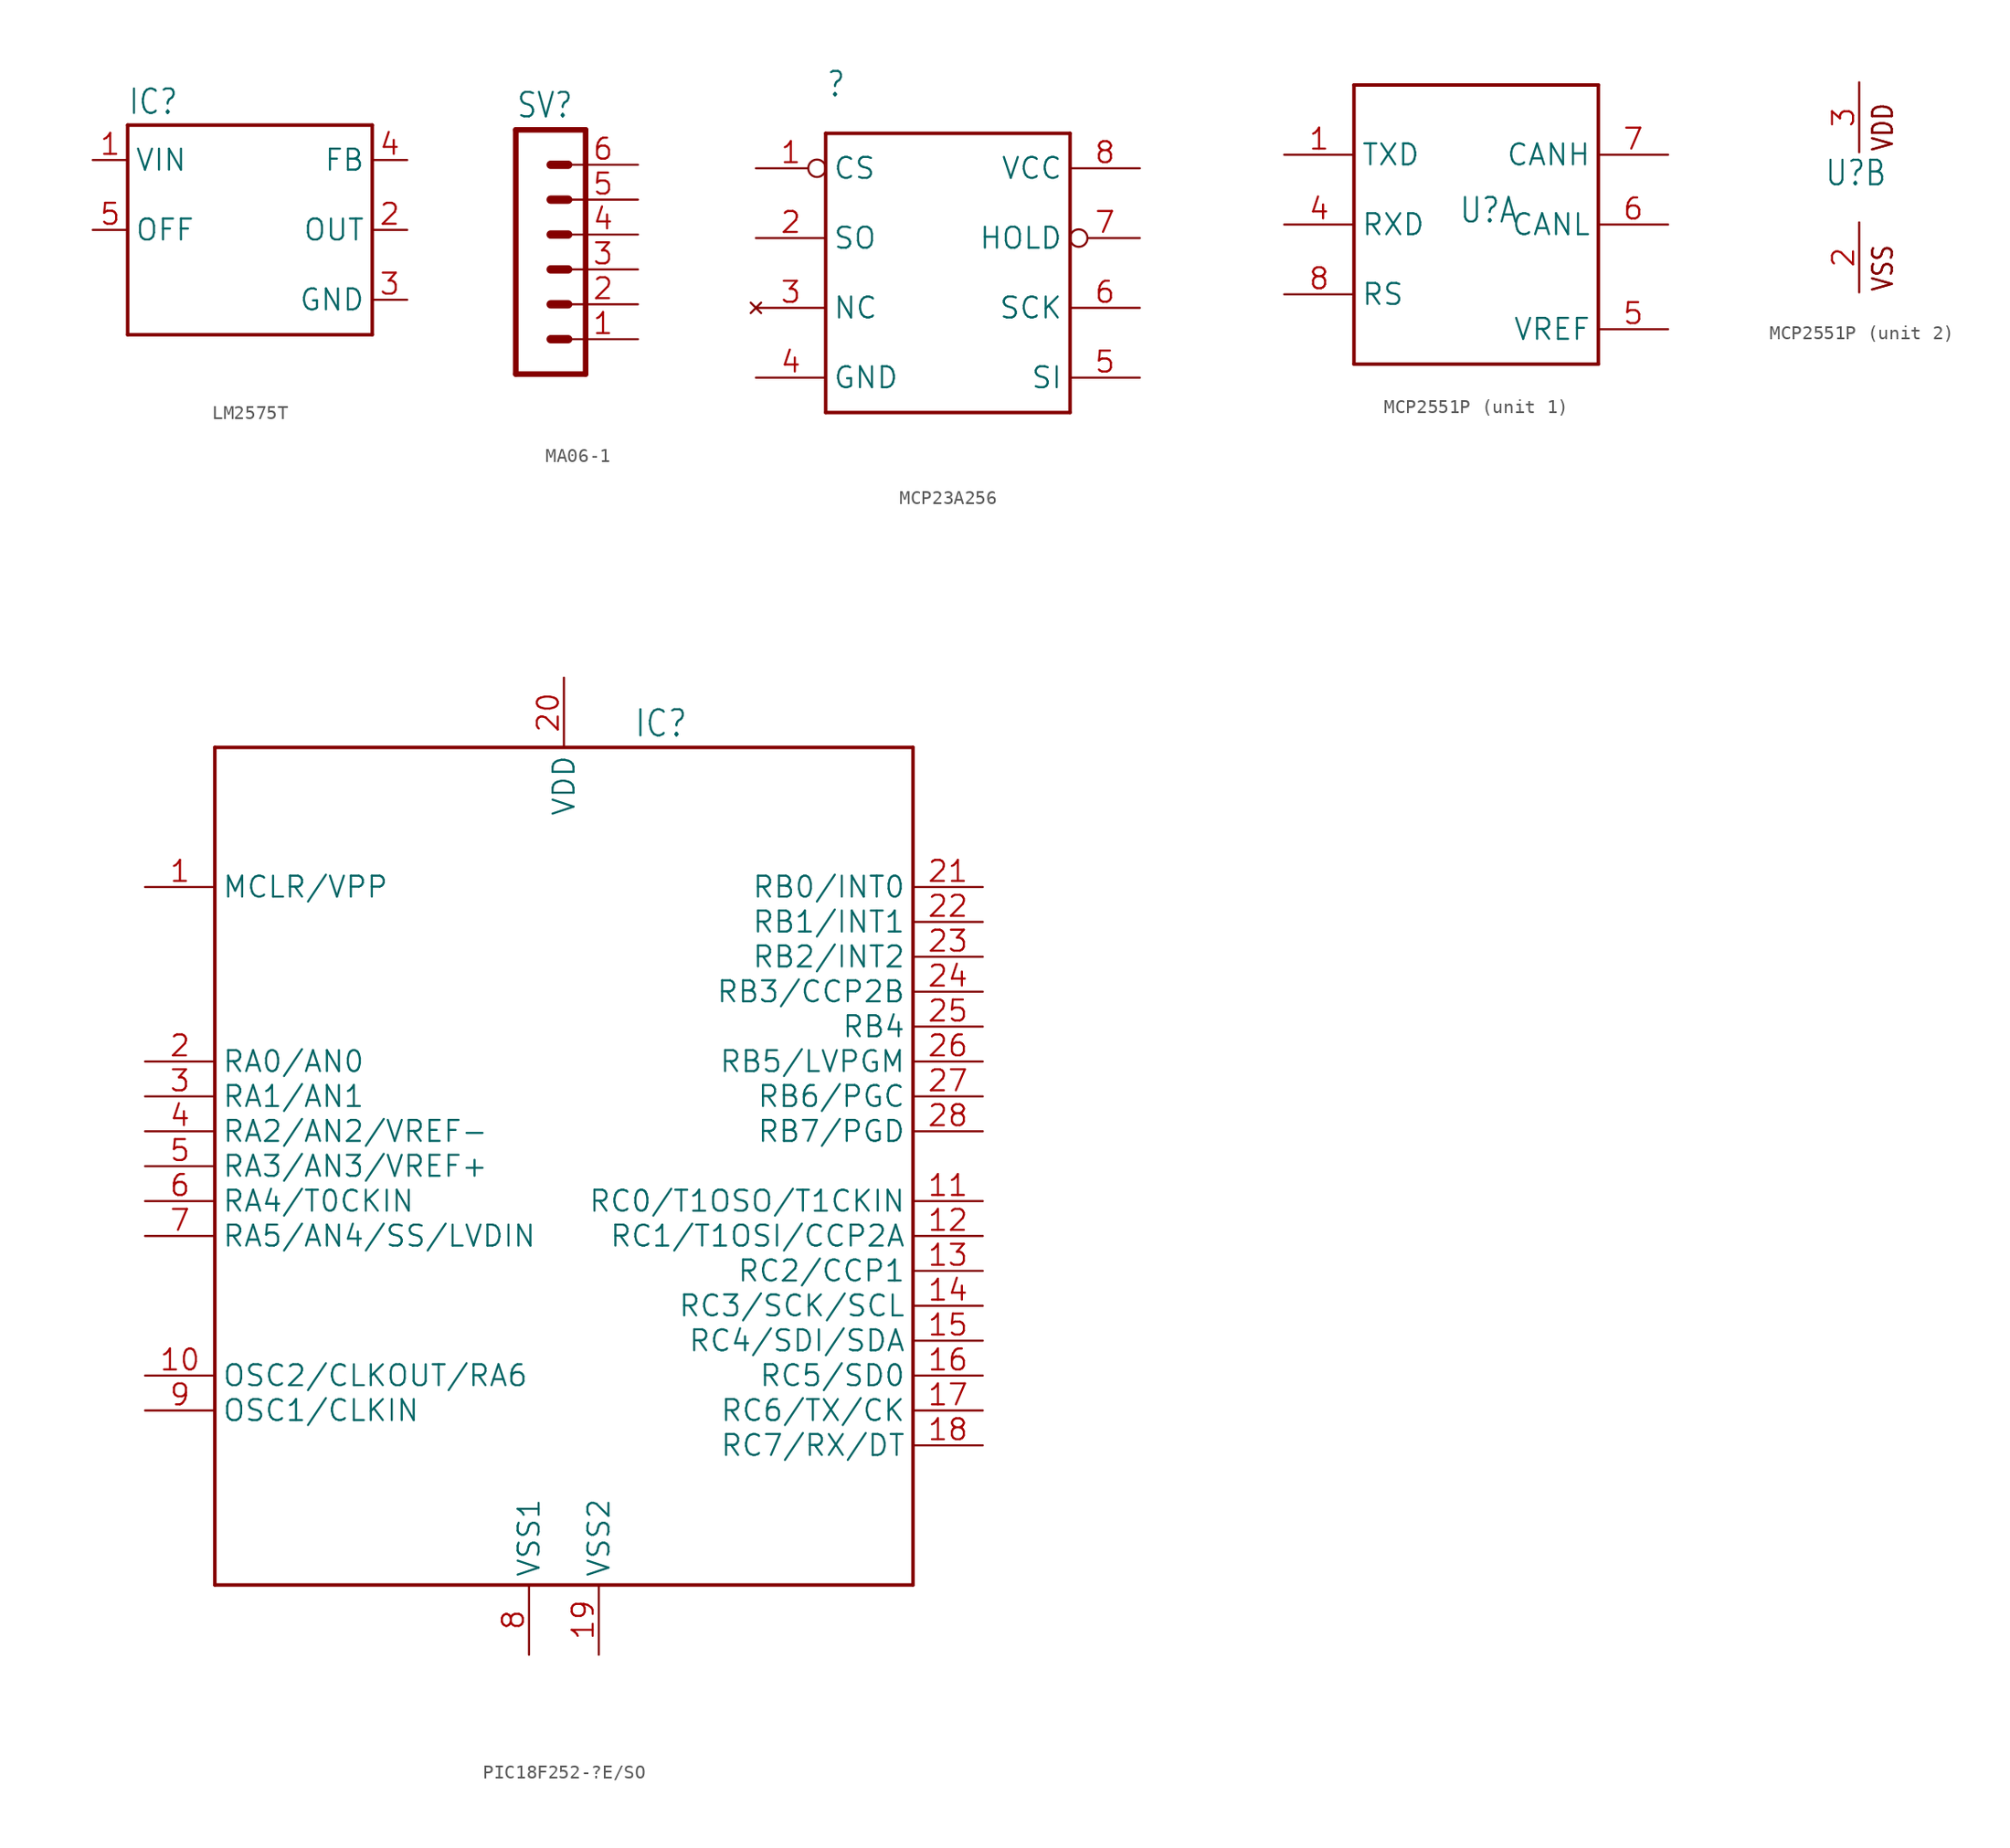
<source format=kicad_sym>
(kicad_symbol_lib
  (version 20241209)
  (generator "kicad_symbol_editor")
  (generator_version "9.0")
  (symbol "LM2575T"
    (property "Reference" "IC"
      (at -7.62 8.28 0)
      (effects (font (size 1.778 1.511)) (justify left bottom)))
    (property "Value" ""
      (at -7.62 -10.16 0)
      (effects (font (size 1.778 1.511)) (justify left bottom)))
    (property "ki_locked" ""
      (at 0 0 0)
      (effects (font (size 1.27 1.27))))
    (symbol "LM2575T_1_0"
      (polyline (pts (xy -7.62 7.62) (xy -7.62 -7.62)) (stroke (width 0.254) (type solid)) (fill (type none)))
      (polyline (pts (xy -7.62 -7.62) (xy 10.16 -7.62)) (stroke (width 0.254) (type solid)) (fill (type none)))
      (polyline (pts (xy 10.16 7.62) (xy -7.62 7.62)) (stroke (width 0.254) (type solid)) (fill (type none)))
      (polyline (pts (xy 10.16 -7.62) (xy 10.16 7.62)) (stroke (width 0.254) (type solid)) (fill (type none)))
      (pin power_in line (at -10.16 5.08 0) (length 2.54) (name "VIN" (effects (font (size 1.524 1.524)))) (number "1" (effects (font (size 1.524 1.524)))))
      (pin input line (at -10.16 0 0) (length 2.54) (name "OFF" (effects (font (size 1.524 1.524)))) (number "5" (effects (font (size 1.524 1.524)))))
      (pin input line (at 12.7 5.08 180) (length 2.54) (name "FB" (effects (font (size 1.524 1.524)))) (number "4" (effects (font (size 1.524 1.524)))))
      (pin output line (at 12.7 0 180) (length 2.54) (name "OUT" (effects (font (size 1.524 1.524)))) (number "2" (effects (font (size 1.524 1.524)))))
      (pin power_in line (at 12.7 -5.08 180) (length 2.54) (name "GND" (effects (font (size 1.524 1.524)))) (number "3" (effects (font (size 1.524 1.524)))))))
  (symbol "MA06-1"
    (property "Reference" "SV"
      (at -1.27 8.382 0)
      (effects (font (size 1.778 1.511)) (justify left bottom)))
    (property "Value" ""
      (at -1.27 -12.7 0)
      (effects (font (size 1.778 1.511)) (justify left bottom)))
    (property "ki_locked" ""
      (at 0 0 0)
      (effects (font (size 1.27 1.27))))
    (symbol "MA06-1_1_0"
      (polyline (pts (xy -1.27 7.62) (xy -1.27 -10.16)) (stroke (width 0.406) (type solid)) (fill (type none)))
      (polyline (pts (xy -1.27 7.62) (xy 3.81 7.62)) (stroke (width 0.406) (type solid)) (fill (type none)))
      (polyline (pts (xy 1.27 5.08) (xy 2.54 5.08)) (stroke (width 0.61) (type solid)) (fill (type none)))
      (polyline (pts (xy 1.27 2.54) (xy 2.54 2.54)) (stroke (width 0.61) (type solid)) (fill (type none)))
      (polyline (pts (xy 1.27 0) (xy 2.54 0)) (stroke (width 0.61) (type solid)) (fill (type none)))
      (polyline (pts (xy 1.27 -2.54) (xy 2.54 -2.54)) (stroke (width 0.61) (type solid)) (fill (type none)))
      (polyline (pts (xy 1.27 -5.08) (xy 2.54 -5.08)) (stroke (width 0.61) (type solid)) (fill (type none)))
      (polyline (pts (xy 1.27 -7.62) (xy 2.54 -7.62)) (stroke (width 0.61) (type solid)) (fill (type none)))
      (polyline (pts (xy 3.81 -10.16) (xy -1.27 -10.16)) (stroke (width 0.406) (type solid)) (fill (type none)))
      (polyline (pts (xy 3.81 -10.16) (xy 3.81 7.62)) (stroke (width 0.406) (type solid)) (fill (type none)))
      (pin passive line (at 7.62 5.08 180) (length 5.08) (name "6" (effects (font (size 0 0)))) (number "6" (effects (font (size 1.524 1.524)))))
      (pin passive line (at 7.62 2.54 180) (length 5.08) (name "5" (effects (font (size 0 0)))) (number "5" (effects (font (size 1.524 1.524)))))
      (pin passive line (at 7.62 0 180) (length 5.08) (name "4" (effects (font (size 0 0)))) (number "4" (effects (font (size 1.524 1.524)))))
      (pin passive line (at 7.62 -2.54 180) (length 5.08) (name "3" (effects (font (size 0 0)))) (number "3" (effects (font (size 1.524 1.524)))))
      (pin passive line (at 7.62 -5.08 180) (length 5.08) (name "2" (effects (font (size 0 0)))) (number "2" (effects (font (size 1.524 1.524)))))
      (pin passive line (at 7.62 -7.62 180) (length 5.08) (name "1" (effects (font (size 0 0)))) (number "1" (effects (font (size 1.524 1.524)))))))
  (symbol "MCP23A256"
    (property "Reference" ""
      (at -7.62 10.16 0)
      (effects (font (size 1.778 1.511)) (justify left bottom)))
    (property "Value" ""
      (at -7.62 -15.24 0)
      (effects (font (size 1.778 1.511)) (justify left bottom)))
    (property "ki_locked" ""
      (at 0 0 0)
      (effects (font (size 1.27 1.27))))
    (symbol "MCP23A256_1_0"
      (polyline (pts (xy -7.62 7.62) (xy -7.62 -12.7)) (stroke (width 0.254) (type solid)) (fill (type none)))
      (polyline (pts (xy -7.62 -12.7) (xy 10.16 -12.7)) (stroke (width 0.254) (type solid)) (fill (type none)))
      (polyline (pts (xy 10.16 7.62) (xy -7.62 7.62)) (stroke (width 0.254) (type solid)) (fill (type none)))
      (polyline (pts (xy 10.16 -12.7) (xy 10.16 7.62)) (stroke (width 0.254) (type solid)) (fill (type none)))
      (pin input inverted (at -12.7 5.08 0) (length 5.08) (name "CS" (effects (font (size 1.524 1.524)))) (number "1" (effects (font (size 1.524 1.524)))))
      (pin output line (at -12.7 0 0) (length 5.08) (name "SO" (effects (font (size 1.524 1.524)))) (number "2" (effects (font (size 1.524 1.524)))))
      (pin no_connect line (at -12.7 -5.08 0) (length 5.08) (name "NC" (effects (font (size 1.524 1.524)))) (number "3" (effects (font (size 1.524 1.524)))))
      (pin power_in line (at -12.7 -10.16 0) (length 5.08) (name "GND" (effects (font (size 1.524 1.524)))) (number "4" (effects (font (size 1.524 1.524)))))
      (pin power_in line (at 15.24 5.08 180) (length 5.08) (name "VCC" (effects (font (size 1.524 1.524)))) (number "8" (effects (font (size 1.524 1.524)))))
      (pin input inverted (at 15.24 0 180) (length 5.08) (name "HOLD" (effects (font (size 1.524 1.524)))) (number "7" (effects (font (size 1.524 1.524)))))
      (pin input line (at 15.24 -5.08 180) (length 5.08) (name "SCK" (effects (font (size 1.524 1.524)))) (number "6" (effects (font (size 1.524 1.524)))))
      (pin input line (at 15.24 -10.16 180) (length 5.08) (name "SI" (effects (font (size 1.524 1.524)))) (number "5" (effects (font (size 1.524 1.524)))))))
  (symbol "MCP2551P"
    (property "Reference" "U"
      (at -2.54 0 0)
      (effects (font (size 1.778 1.511)) (justify left bottom)))
    (property "ki_locked" ""
      (at 0 0 0)
      (effects (font (size 1.27 1.27))))
    (symbol "MCP2551P_1_0"
      (polyline (pts (xy -10.16 10.16) (xy -10.16 -10.16)) (stroke (width 0.254) (type solid)) (fill (type none)))
      (polyline (pts (xy -10.16 -10.16) (xy 7.62 -10.16)) (stroke (width 0.254) (type solid)) (fill (type none)))
      (polyline (pts (xy 7.62 10.16) (xy -10.16 10.16)) (stroke (width 0.254) (type solid)) (fill (type none)))
      (polyline (pts (xy 7.62 -10.16) (xy 7.62 10.16)) (stroke (width 0.254) (type solid)) (fill (type none)))
      (pin input line (at -15.24 5.08 0) (length 5.08) (name "TXD" (effects (font (size 1.524 1.524)))) (number "1" (effects (font (size 1.524 1.524)))))
      (pin output line (at -15.24 0 0) (length 5.08) (name "RXD" (effects (font (size 1.524 1.524)))) (number "4" (effects (font (size 1.524 1.524)))))
      (pin input line (at -15.24 -5.08 0) (length 5.08) (name "RS" (effects (font (size 1.524 1.524)))) (number "8" (effects (font (size 1.524 1.524)))))
      (pin bidirectional line (at 12.7 5.08 180) (length 5.08) (name "CANH" (effects (font (size 1.524 1.524)))) (number "7" (effects (font (size 1.524 1.524)))))
      (pin bidirectional line (at 12.7 0 180) (length 5.08) (name "CANL" (effects (font (size 1.524 1.524)))) (number "6" (effects (font (size 1.524 1.524)))))
      (pin power_in line (at 12.7 -7.62 180) (length 5.08) (name "VREF" (effects (font (size 1.524 1.524)))) (number "5" (effects (font (size 1.524 1.524))))))
    (symbol "MCP2551P_2_0"
      (text "VDD" (at 2.54 2.54 900) (effects (font (size 1.422 1.209)) (justify left bottom)))
      (text "VDD" (at 2.54 2.54 900) (effects (font (size 1.422 1.209)) (justify left bottom)))
      (text "VSS" (at 2.54 -7.62 900) (effects (font (size 1.422 1.209)) (justify left bottom)))
      (text "VSS" (at 2.54 -7.62 900) (effects (font (size 1.422 1.209)) (justify left bottom)))
      (pin power_in line (at 0 7.62 270) (length 5.08) (name "VDD" (effects (font (size 0 0)))) (number "3" (effects (font (size 1.524 1.524)))))
      (pin power_in line (at 0 -7.62 90) (length 5.08) (name "VSS" (effects (font (size 0 0)))) (number "2" (effects (font (size 1.524 1.524)))))))
  (symbol "PIC18F252-?E/SO"
    (property "Reference" "IC"
      (at 5.08 31.115 0)
      (effects (font (size 1.905 1.619)) (justify left bottom)))
    (property "Value" ""
      (at -24.765 27.94 0)
      (effects (font (size 1.905 1.619)) (justify left bottom)))
    (property "ki_locked" ""
      (at 0 0 0)
      (effects (font (size 1.27 1.27))))
    (symbol "PIC18F252-?E/SO_1_0"
      (polyline (pts (xy -25.4 30.48) (xy 25.4 30.48)) (stroke (width 0.254) (type solid)) (fill (type none)))
      (polyline (pts (xy -25.4 -30.48) (xy -25.4 30.48)) (stroke (width 0.254) (type solid)) (fill (type none)))
      (polyline (pts (xy 25.4 30.48) (xy 25.4 -30.48)) (stroke (width 0.254) (type solid)) (fill (type none)))
      (polyline (pts (xy 25.4 -30.48) (xy -25.4 -30.48)) (stroke (width 0.254) (type solid)) (fill (type none)))
      (pin input line (at -30.48 20.32 0) (length 5.08) (name "MCLR/VPP" (effects (font (size 1.524 1.524)))) (number "1" (effects (font (size 1.524 1.524)))))
      (pin bidirectional line (at -30.48 7.62 0) (length 5.08) (name "RA0/AN0" (effects (font (size 1.524 1.524)))) (number "2" (effects (font (size 1.524 1.524)))))
      (pin bidirectional line (at -30.48 5.08 0) (length 5.08) (name "RA1/AN1" (effects (font (size 1.524 1.524)))) (number "3" (effects (font (size 1.524 1.524)))))
      (pin bidirectional line (at -30.48 2.54 0) (length 5.08) (name "RA2/AN2/VREF-" (effects (font (size 1.524 1.524)))) (number "4" (effects (font (size 1.524 1.524)))))
      (pin bidirectional line (at -30.48 0 0) (length 5.08) (name "RA3/AN3/VREF+" (effects (font (size 1.524 1.524)))) (number "5" (effects (font (size 1.524 1.524)))))
      (pin open_collector line (at -30.48 -2.54 0) (length 5.08) (name "RA4/T0CKIN" (effects (font (size 1.524 1.524)))) (number "6" (effects (font (size 1.524 1.524)))))
      (pin bidirectional line (at -30.48 -5.08 0) (length 5.08) (name "RA5/AN4/SS/LVDIN" (effects (font (size 1.524 1.524)))) (number "7" (effects (font (size 1.524 1.524)))))
      (pin output line (at -30.48 -15.24 0) (length 5.08) (name "OSC2/CLKOUT/RA6" (effects (font (size 1.524 1.524)))) (number "10" (effects (font (size 1.524 1.524)))))
      (pin input line (at -30.48 -17.78 0) (length 5.08) (name "OSC1/CLKIN" (effects (font (size 1.524 1.524)))) (number "9" (effects (font (size 1.524 1.524)))))
      (pin power_in line (at -2.54 -35.56 90) (length 5.08) (name "VSS1" (effects (font (size 1.524 1.524)))) (number "8" (effects (font (size 1.524 1.524)))))
      (pin power_in line (at 0 35.56 270) (length 5.08) (name "VDD" (effects (font (size 1.524 1.524)))) (number "20" (effects (font (size 1.524 1.524)))))
      (pin power_in line (at 2.54 -35.56 90) (length 5.08) (name "VSS2" (effects (font (size 1.524 1.524)))) (number "19" (effects (font (size 1.524 1.524)))))
      (pin bidirectional line (at 30.48 20.32 180) (length 5.08) (name "RB0/INT0" (effects (font (size 1.524 1.524)))) (number "21" (effects (font (size 1.524 1.524)))))
      (pin bidirectional line (at 30.48 17.78 180) (length 5.08) (name "RB1/INT1" (effects (font (size 1.524 1.524)))) (number "22" (effects (font (size 1.524 1.524)))))
      (pin bidirectional line (at 30.48 15.24 180) (length 5.08) (name "RB2/INT2" (effects (font (size 1.524 1.524)))) (number "23" (effects (font (size 1.524 1.524)))))
      (pin bidirectional line (at 30.48 12.7 180) (length 5.08) (name "RB3/CCP2B" (effects (font (size 1.524 1.524)))) (number "24" (effects (font (size 1.524 1.524)))))
      (pin bidirectional line (at 30.48 10.16 180) (length 5.08) (name "RB4" (effects (font (size 1.524 1.524)))) (number "25" (effects (font (size 1.524 1.524)))))
      (pin bidirectional line (at 30.48 7.62 180) (length 5.08) (name "RB5/LVPGM" (effects (font (size 1.524 1.524)))) (number "26" (effects (font (size 1.524 1.524)))))
      (pin bidirectional line (at 30.48 5.08 180) (length 5.08) (name "RB6/PGC" (effects (font (size 1.524 1.524)))) (number "27" (effects (font (size 1.524 1.524)))))
      (pin bidirectional line (at 30.48 2.54 180) (length 5.08) (name "RB7/PGD" (effects (font (size 1.524 1.524)))) (number "28" (effects (font (size 1.524 1.524)))))
      (pin bidirectional line (at 30.48 -2.54 180) (length 5.08) (name "RC0/T1OSO/T1CKIN" (effects (font (size 1.524 1.524)))) (number "11" (effects (font (size 1.524 1.524)))))
      (pin bidirectional line (at 30.48 -5.08 180) (length 5.08) (name "RC1/T1OSI/CCP2A" (effects (font (size 1.524 1.524)))) (number "12" (effects (font (size 1.524 1.524)))))
      (pin bidirectional line (at 30.48 -7.62 180) (length 5.08) (name "RC2/CCP1" (effects (font (size 1.524 1.524)))) (number "13" (effects (font (size 1.524 1.524)))))
      (pin bidirectional line (at 30.48 -10.16 180) (length 5.08) (name "RC3/SCK/SCL" (effects (font (size 1.524 1.524)))) (number "14" (effects (font (size 1.524 1.524)))))
      (pin bidirectional line (at 30.48 -12.7 180) (length 5.08) (name "RC4/SDI/SDA" (effects (font (size 1.524 1.524)))) (number "15" (effects (font (size 1.524 1.524)))))
      (pin bidirectional line (at 30.48 -15.24 180) (length 5.08) (name "RC5/SD0" (effects (font (size 1.524 1.524)))) (number "16" (effects (font (size 1.524 1.524)))))
      (pin bidirectional line (at 30.48 -17.78 180) (length 5.08) (name "RC6/TX/CK" (effects (font (size 1.524 1.524)))) (number "17" (effects (font (size 1.524 1.524)))))
      (pin bidirectional line (at 30.48 -20.32 180) (length 5.08) (name "RC7/RX/DT" (effects (font (size 1.524 1.524)))) (number "18" (effects (font (size 1.524 1.524))))))))
</source>
